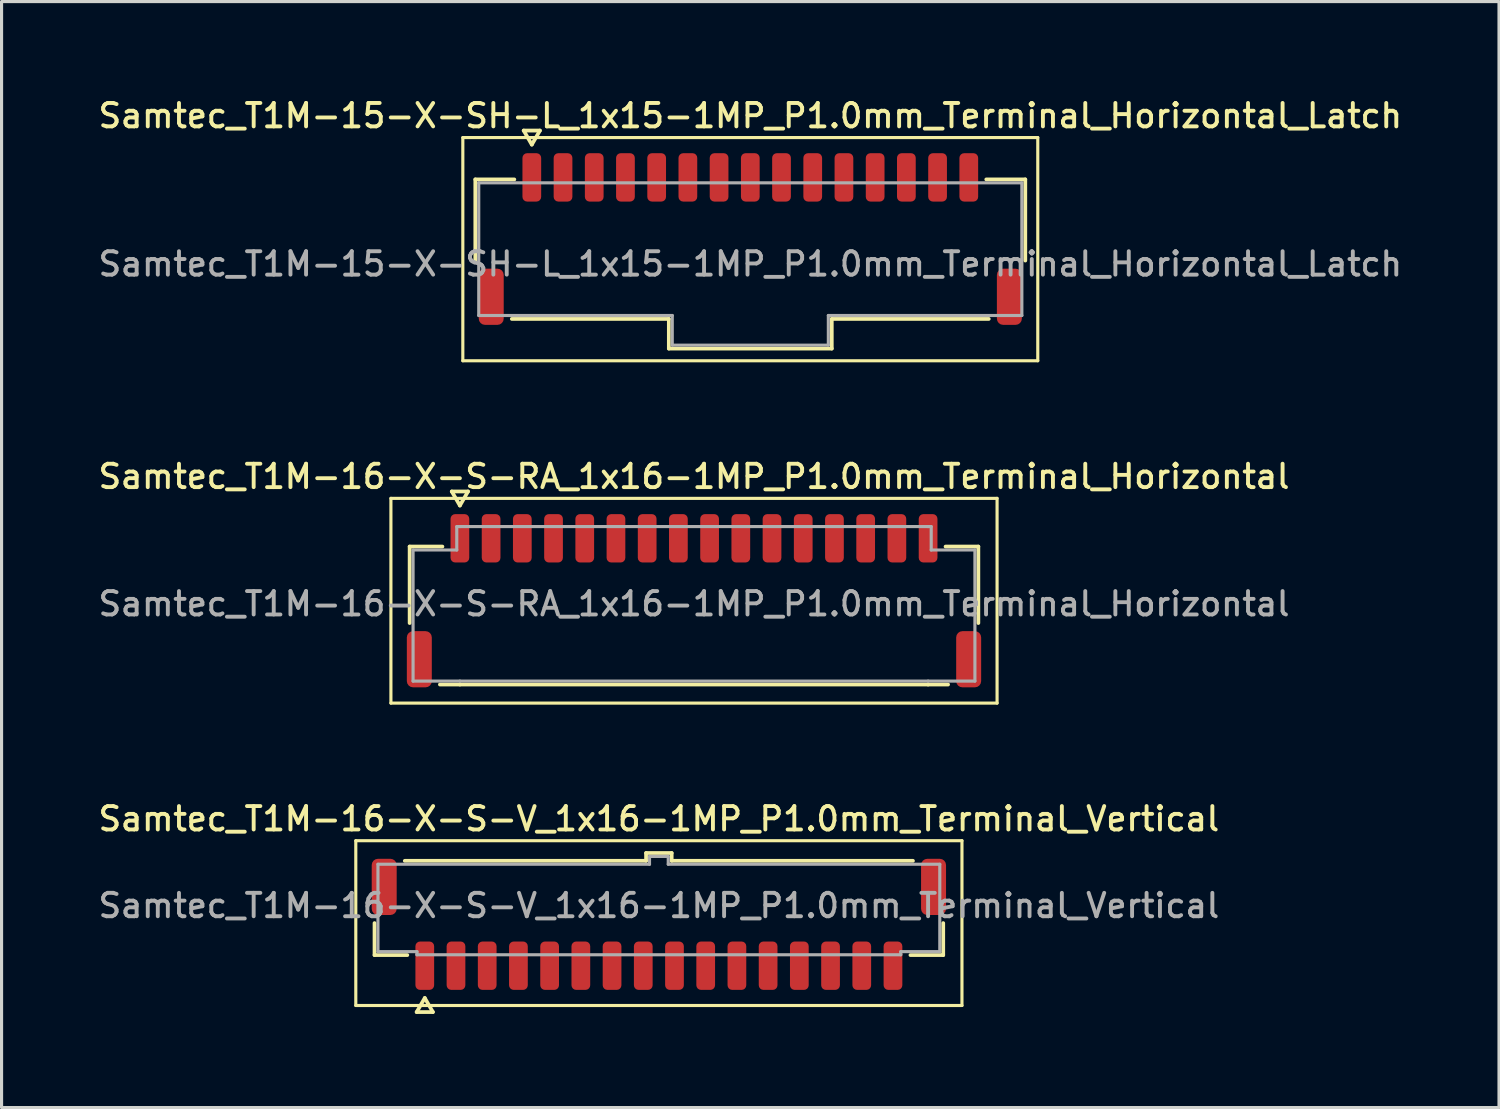
<source format=kicad_pcb>
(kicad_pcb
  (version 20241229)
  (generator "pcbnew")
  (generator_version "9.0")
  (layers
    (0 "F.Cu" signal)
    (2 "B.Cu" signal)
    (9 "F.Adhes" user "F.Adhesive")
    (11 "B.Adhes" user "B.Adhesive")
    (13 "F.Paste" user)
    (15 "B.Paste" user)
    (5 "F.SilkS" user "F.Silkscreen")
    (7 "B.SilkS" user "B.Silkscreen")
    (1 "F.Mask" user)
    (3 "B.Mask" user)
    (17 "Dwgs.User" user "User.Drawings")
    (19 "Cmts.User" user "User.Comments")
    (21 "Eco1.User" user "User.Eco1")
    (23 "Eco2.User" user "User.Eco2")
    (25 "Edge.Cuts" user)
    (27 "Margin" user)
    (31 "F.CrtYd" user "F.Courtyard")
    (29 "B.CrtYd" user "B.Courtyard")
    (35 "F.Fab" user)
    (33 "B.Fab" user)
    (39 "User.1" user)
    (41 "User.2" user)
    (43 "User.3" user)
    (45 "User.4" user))
  (footprint "Samtec_T1M-15-X-SH-L_1x15-1MP_P1.0mm_Terminal_Horizontal_Latch"
    (layer "F.Cu")
    (at 20.988 5.408)
    (property "Reference" "Samtec_T1M-15-X-SH-L_1x15-1MP_P1.0mm_Terminal_Horizontal_Latch" (at 0 -4.75 0) (layer "F.SilkS") (effects (font (size 0.75 0.75) (thickness 0.125))))
    (attr smd)
    (fp_line (start -9.21 -4.05) (end -9.21 3.1) (stroke (width 0.1) (type solid)) (layer "F.SilkS"))
    (fp_line (start -9.21 3.1) (end 9.21 3.1) (stroke (width 0.1) (type solid)) (layer "F.SilkS"))
    (fp_line (start -8.81 -2.71) (end -7.56 -2.71) (stroke (width 0.12) (type solid)) (layer "F.SilkS"))
    (fp_line (start -8.81 -0.11) (end -8.81 -2.71) (stroke (width 0.12) (type solid)) (layer "F.SilkS"))
    (fp_line (start -7.26 -4.275) (end -7 -3.825) (stroke (width 0.12) (type solid)) (layer "F.SilkS"))
    (fp_line (start -7 -3.825) (end -6.74 -4.275) (stroke (width 0.12) (type solid)) (layer "F.SilkS"))
    (fp_line (start -6.74 -4.275) (end -7.26 -4.275) (stroke (width 0.12) (type solid)) (layer "F.SilkS"))
    (fp_line (start -2.61 1.76) (end -7.64 1.76) (stroke (width 0.12) (type solid)) (layer "F.SilkS"))
    (fp_line (start -2.61 2.71) (end -2.61 1.76) (stroke (width 0.12) (type solid)) (layer "F.SilkS"))
    (fp_line (start 2.61 1.76) (end 2.61 2.71) (stroke (width 0.12) (type solid)) (layer "F.SilkS"))
    (fp_line (start 2.61 2.71) (end -2.61 2.71) (stroke (width 0.12) (type solid)) (layer "F.SilkS"))
    (fp_line (start 7.56 -2.71) (end 8.81 -2.71) (stroke (width 0.12) (type solid)) (layer "F.SilkS"))
    (fp_line (start 7.64 1.76) (end 2.61 1.76) (stroke (width 0.12) (type solid)) (layer "F.SilkS"))
    (fp_line (start 8.81 -2.71) (end 8.81 -0.11) (stroke (width 0.12) (type solid)) (layer "F.SilkS"))
    (fp_line (start 9.21 -4.05) (end -9.21 -4.05) (stroke (width 0.1) (type solid)) (layer "F.SilkS"))
    (fp_line (start 9.21 3.1) (end 9.21 -4.05) (stroke (width 0.1) (type solid)) (layer "F.SilkS"))
    (fp_line (start -8.7 -2.6) (end 8.7 -2.6) (stroke (width 0.1) (type solid)) (layer "F.Fab"))
    (fp_line (start -8.7 1.65) (end -8.7 -2.6) (stroke (width 0.1) (type solid)) (layer "F.Fab"))
    (fp_line (start -2.5 1.65) (end -8.7 1.65) (stroke (width 0.1) (type solid)) (layer "F.Fab"))
    (fp_line (start -2.5 2.6) (end -2.5 1.65) (stroke (width 0.1) (type solid)) (layer "F.Fab"))
    (fp_line (start 2.5 1.65) (end 2.5 2.6) (stroke (width 0.1) (type solid)) (layer "F.Fab"))
    (fp_line (start 2.5 2.6) (end -2.5 2.6) (stroke (width 0.1) (type solid)) (layer "F.Fab"))
    (fp_line (start 8.7 -2.6) (end 8.7 1.65) (stroke (width 0.1) (type solid)) (layer "F.Fab"))
    (fp_line (start 8.7 1.65) (end 2.5 1.65) (stroke (width 0.1) (type solid)) (layer "F.Fab"))
    (fp_text user "${REFERENCE}" (at 0 0 0) (layer "F.Fab") (effects (font (size 0.75 0.75) (thickness 0.125))))
    (pad "1" smd roundrect (at -7 -2.775) (size 0.6 1.55) (layers "F.Cu" "F.Mask" "F.Paste") (roundrect_rratio 0.25))
    (pad "2" smd roundrect (at -6 -2.775) (size 0.6 1.55) (layers "F.Cu" "F.Mask" "F.Paste") (roundrect_rratio 0.25))
    (pad "3" smd roundrect (at -5 -2.775) (size 0.6 1.55) (layers "F.Cu" "F.Mask" "F.Paste") (roundrect_rratio 0.25))
    (pad "4" smd roundrect (at -4 -2.775) (size 0.6 1.55) (layers "F.Cu" "F.Mask" "F.Paste") (roundrect_rratio 0.25))
    (pad "5" smd roundrect (at -3 -2.775) (size 0.6 1.55) (layers "F.Cu" "F.Mask" "F.Paste") (roundrect_rratio 0.25))
    (pad "6" smd roundrect (at -2 -2.775) (size 0.6 1.55) (layers "F.Cu" "F.Mask" "F.Paste") (roundrect_rratio 0.25))
    (pad "7" smd roundrect (at -1 -2.775) (size 0.6 1.55) (layers "F.Cu" "F.Mask" "F.Paste") (roundrect_rratio 0.25))
    (pad "8" smd roundrect (at 0 -2.775) (size 0.6 1.55) (layers "F.Cu" "F.Mask" "F.Paste") (roundrect_rratio 0.25))
    (pad "9" smd roundrect (at 1 -2.775) (size 0.6 1.55) (layers "F.Cu" "F.Mask" "F.Paste") (roundrect_rratio 0.25))
    (pad "10" smd roundrect (at 2 -2.775) (size 0.6 1.55) (layers "F.Cu" "F.Mask" "F.Paste") (roundrect_rratio 0.25))
    (pad "11" smd roundrect (at 3 -2.775) (size 0.6 1.55) (layers "F.Cu" "F.Mask" "F.Paste") (roundrect_rratio 0.25))
    (pad "12" smd roundrect (at 4 -2.775) (size 0.6 1.55) (layers "F.Cu" "F.Mask" "F.Paste") (roundrect_rratio 0.25))
    (pad "13" smd roundrect (at 5 -2.775) (size 0.6 1.55) (layers "F.Cu" "F.Mask" "F.Paste") (roundrect_rratio 0.25))
    (pad "14" smd roundrect (at 6 -2.775) (size 0.6 1.55) (layers "F.Cu" "F.Mask" "F.Paste") (roundrect_rratio 0.25))
    (pad "15" smd roundrect (at 7 -2.775) (size 0.6 1.55) (layers "F.Cu" "F.Mask" "F.Paste") (roundrect_rratio 0.25))
    (pad "MP" smd roundrect (at -8.3 1.05) (size 0.8 1.8) (layers "F.Cu" "F.Mask" "F.Paste") (roundrect_rratio 0.25))
    (pad "MP" smd roundrect (at 8.3 1.05) (size 0.8 1.8) (layers "F.Cu" "F.Mask" "F.Paste") (roundrect_rratio 0.25)))
  (footprint "Samtec_T1M-16-X-S-V_1x16-1MP_P1.0mm_Terminal_Vertical"
    (layer "F.Cu")
    (at 18.059 25.964)
    (property "Reference" "Samtec_T1M-16-X-S-V_1x16-1MP_P1.0mm_Terminal_Vertical" (at 0 -2.78 0) (layer "F.SilkS") (effects (font (size 0.75 0.75) (thickness 0.125))))
    (attr smd)
    (fp_line (start -9.71 -2.08) (end -9.71 3.2) (stroke (width 0.1) (type solid)) (layer "F.SilkS"))
    (fp_line (start -9.71 3.2) (end 9.71 3.2) (stroke (width 0.1) (type solid)) (layer "F.SilkS"))
    (fp_line (start -9.11 1.585) (end -9.11 0.56) (stroke (width 0.12) (type solid)) (layer "F.SilkS"))
    (fp_line (start -8.14 -1.435) (end -0.41 -1.435) (stroke (width 0.12) (type solid)) (layer "F.SilkS"))
    (fp_line (start -8.06 1.585) (end -9.11 1.585) (stroke (width 0.12) (type solid)) (layer "F.SilkS"))
    (fp_line (start -7.76 3.41) (end -7.5 2.96) (stroke (width 0.12) (type solid)) (layer "F.SilkS"))
    (fp_line (start -7.5 2.96) (end -7.24 3.41) (stroke (width 0.12) (type solid)) (layer "F.SilkS"))
    (fp_line (start -7.24 3.41) (end -7.76 3.41) (stroke (width 0.12) (type solid)) (layer "F.SilkS"))
    (fp_line (start -0.41 -1.685) (end 0.41 -1.685) (stroke (width 0.12) (type solid)) (layer "F.SilkS"))
    (fp_line (start -0.41 -1.435) (end -0.41 -1.685) (stroke (width 0.12) (type solid)) (layer "F.SilkS"))
    (fp_line (start 0.41 -1.685) (end 0.41 -1.435) (stroke (width 0.12) (type solid)) (layer "F.SilkS"))
    (fp_line (start 0.41 -1.435) (end 8.14 -1.435) (stroke (width 0.12) (type solid)) (layer "F.SilkS"))
    (fp_line (start 9.11 0.56) (end 9.11 1.585) (stroke (width 0.12) (type solid)) (layer "F.SilkS"))
    (fp_line (start 9.11 1.585) (end 8.06 1.585) (stroke (width 0.12) (type solid)) (layer "F.SilkS"))
    (fp_line (start 9.71 -2.08) (end -9.71 -2.08) (stroke (width 0.1) (type solid)) (layer "F.SilkS"))
    (fp_line (start 9.71 3.2) (end 9.71 -2.08) (stroke (width 0.1) (type solid)) (layer "F.SilkS"))
    (fp_line (start -9 -1.325) (end -0.3 -1.325) (stroke (width 0.1) (type solid)) (layer "F.Fab"))
    (fp_line (start -9 1.475) (end -9 -1.325) (stroke (width 0.1) (type solid)) (layer "F.Fab"))
    (fp_line (start -7.75 1.475) (end -9 1.475) (stroke (width 0.1) (type solid)) (layer "F.Fab"))
    (fp_line (start -7.75 1.575) (end -7.75 1.475) (stroke (width 0.1) (type solid)) (layer "F.Fab"))
    (fp_line (start -0.3 -1.575) (end 0.3 -1.575) (stroke (width 0.1) (type solid)) (layer "F.Fab"))
    (fp_line (start -0.3 -1.325) (end -0.3 -1.575) (stroke (width 0.1) (type solid)) (layer "F.Fab"))
    (fp_line (start 0.3 -1.575) (end 0.3 -1.325) (stroke (width 0.1) (type solid)) (layer "F.Fab"))
    (fp_line (start 0.3 -1.325) (end 9 -1.325) (stroke (width 0.1) (type solid)) (layer "F.Fab"))
    (fp_line (start 7.75 1.475) (end 7.75 1.575) (stroke (width 0.1) (type solid)) (layer "F.Fab"))
    (fp_line (start 7.75 1.575) (end -7.75 1.575) (stroke (width 0.1) (type solid)) (layer "F.Fab"))
    (fp_line (start 9 -1.325) (end 9 1.475) (stroke (width 0.1) (type solid)) (layer "F.Fab"))
    (fp_line (start 9 1.475) (end 7.75 1.475) (stroke (width 0.1) (type solid)) (layer "F.Fab"))
    (fp_text user "${REFERENCE}" (at 0 0 0) (layer "F.Fab") (effects (font (size 0.75 0.75) (thickness 0.125))))
    (pad "1" smd roundrect (at -7.5 1.925) (size 0.6 1.55) (layers "F.Cu" "F.Mask" "F.Paste") (roundrect_rratio 0.25))
    (pad "2" smd roundrect (at -6.5 1.925) (size 0.6 1.55) (layers "F.Cu" "F.Mask" "F.Paste") (roundrect_rratio 0.25))
    (pad "3" smd roundrect (at -5.5 1.925) (size 0.6 1.55) (layers "F.Cu" "F.Mask" "F.Paste") (roundrect_rratio 0.25))
    (pad "4" smd roundrect (at -4.5 1.925) (size 0.6 1.55) (layers "F.Cu" "F.Mask" "F.Paste") (roundrect_rratio 0.25))
    (pad "5" smd roundrect (at -3.5 1.925) (size 0.6 1.55) (layers "F.Cu" "F.Mask" "F.Paste") (roundrect_rratio 0.25))
    (pad "6" smd roundrect (at -2.5 1.925) (size 0.6 1.55) (layers "F.Cu" "F.Mask" "F.Paste") (roundrect_rratio 0.25))
    (pad "7" smd roundrect (at -1.5 1.925) (size 0.6 1.55) (layers "F.Cu" "F.Mask" "F.Paste") (roundrect_rratio 0.25))
    (pad "8" smd roundrect (at -0.5 1.925) (size 0.6 1.55) (layers "F.Cu" "F.Mask" "F.Paste") (roundrect_rratio 0.25))
    (pad "9" smd roundrect (at 0.5 1.925) (size 0.6 1.55) (layers "F.Cu" "F.Mask" "F.Paste") (roundrect_rratio 0.25))
    (pad "10" smd roundrect (at 1.5 1.925) (size 0.6 1.55) (layers "F.Cu" "F.Mask" "F.Paste") (roundrect_rratio 0.25))
    (pad "11" smd roundrect (at 2.5 1.925) (size 0.6 1.55) (layers "F.Cu" "F.Mask" "F.Paste") (roundrect_rratio 0.25))
    (pad "12" smd roundrect (at 3.5 1.925) (size 0.6 1.55) (layers "F.Cu" "F.Mask" "F.Paste") (roundrect_rratio 0.25))
    (pad "13" smd roundrect (at 4.5 1.925) (size 0.6 1.55) (layers "F.Cu" "F.Mask" "F.Paste") (roundrect_rratio 0.25))
    (pad "14" smd roundrect (at 5.5 1.925) (size 0.6 1.55) (layers "F.Cu" "F.Mask" "F.Paste") (roundrect_rratio 0.25))
    (pad "15" smd roundrect (at 6.5 1.925) (size 0.6 1.55) (layers "F.Cu" "F.Mask" "F.Paste") (roundrect_rratio 0.25))
    (pad "16" smd roundrect (at 7.5 1.925) (size 0.6 1.55) (layers "F.Cu" "F.Mask" "F.Paste") (roundrect_rratio 0.25))
    (pad "MP" smd roundrect (at -8.8 -0.6) (size 0.8 1.8) (layers "F.Cu" "F.Mask" "F.Paste") (roundrect_rratio 0.25))
    (pad "MP" smd roundrect (at 8.8 -0.6) (size 0.8 1.8) (layers "F.Cu" "F.Mask" "F.Paste") (roundrect_rratio 0.25)))
  (footprint "Samtec_T1M-16-X-S-RA_1x16-1MP_P1.0mm_Terminal_Horizontal"
    (layer "F.Cu")
    (at 19.184 16.296)
    (property "Reference" "Samtec_T1M-16-X-S-RA_1x16-1MP_P1.0mm_Terminal_Horizontal" (at 0 -4.08 0) (layer "F.SilkS") (effects (font (size 0.75 0.75) (thickness 0.125))))
    (attr smd)
    (fp_line (start -9.71 -3.38) (end -9.71 3.18) (stroke (width 0.1) (type solid)) (layer "F.SilkS"))
    (fp_line (start -9.71 3.18) (end 9.71 3.18) (stroke (width 0.1) (type solid)) (layer "F.SilkS"))
    (fp_line (start -9.11 -1.835) (end -8.06 -1.835) (stroke (width 0.12) (type solid)) (layer "F.SilkS"))
    (fp_line (start -9.11 0.615) (end -9.11 -1.835) (stroke (width 0.12) (type solid)) (layer "F.SilkS"))
    (fp_line (start -7.76 -3.6) (end -7.5 -3.15) (stroke (width 0.12) (type solid)) (layer "F.SilkS"))
    (fp_line (start -7.5 -3.15) (end -7.24 -3.6) (stroke (width 0.12) (type solid)) (layer "F.SilkS"))
    (fp_line (start -7.5 2.585) (end -8.14 2.585) (stroke (width 0.12) (type solid)) (layer "F.SilkS"))
    (fp_line (start -7.24 -3.6) (end -7.76 -3.6) (stroke (width 0.12) (type solid)) (layer "F.SilkS"))
    (fp_line (start 7.5 2.585) (end -7.5 2.585) (stroke (width 0.12) (type solid)) (layer "F.SilkS"))
    (fp_line (start 8.06 -1.835) (end 9.11 -1.835) (stroke (width 0.12) (type solid)) (layer "F.SilkS"))
    (fp_line (start 8.14 2.585) (end 7.5 2.585) (stroke (width 0.12) (type solid)) (layer "F.SilkS"))
    (fp_line (start 9.11 -1.835) (end 9.11 0.615) (stroke (width 0.12) (type solid)) (layer "F.SilkS"))
    (fp_line (start 9.71 -3.38) (end -9.71 -3.38) (stroke (width 0.1) (type solid)) (layer "F.SilkS"))
    (fp_line (start 9.71 3.18) (end 9.71 -3.38) (stroke (width 0.1) (type solid)) (layer "F.SilkS"))
    (fp_line (start -9 -1.725) (end -7.6 -1.725) (stroke (width 0.1) (type solid)) (layer "F.Fab"))
    (fp_line (start -9 2.475) (end -9 -1.725) (stroke (width 0.1) (type solid)) (layer "F.Fab"))
    (fp_line (start -7.6 -2.475) (end -7.5 -2.475) (stroke (width 0.1) (type solid)) (layer "F.Fab"))
    (fp_line (start -7.6 -1.725) (end -7.6 -2.475) (stroke (width 0.1) (type solid)) (layer "F.Fab"))
    (fp_line (start -7.5 -2.475) (end 7.5 -2.475) (stroke (width 0.1) (type solid)) (layer "F.Fab"))
    (fp_line (start -7.5 2.475) (end -9 2.475) (stroke (width 0.1) (type solid)) (layer "F.Fab"))
    (fp_line (start 7.5 -2.475) (end 7.6 -2.475) (stroke (width 0.1) (type solid)) (layer "F.Fab"))
    (fp_line (start 7.5 2.475) (end -7.5 2.475) (stroke (width 0.1) (type solid)) (layer "F.Fab"))
    (fp_line (start 7.6 -2.475) (end 7.6 -1.725) (stroke (width 0.1) (type solid)) (layer "F.Fab"))
    (fp_line (start 7.6 -1.725) (end 9 -1.725) (stroke (width 0.1) (type solid)) (layer "F.Fab"))
    (fp_line (start 9 -1.725) (end 9 2.475) (stroke (width 0.1) (type solid)) (layer "F.Fab"))
    (fp_line (start 9 2.475) (end 7.5 2.475) (stroke (width 0.1) (type solid)) (layer "F.Fab"))
    (fp_text user "${REFERENCE}" (at 0 0 0) (layer "F.Fab") (effects (font (size 0.75 0.75) (thickness 0.125))))
    (pad "1" smd roundrect (at -7.5 -2.1) (size 0.6 1.55) (layers "F.Cu" "F.Mask" "F.Paste") (roundrect_rratio 0.25))
    (pad "2" smd roundrect (at -6.5 -2.1) (size 0.6 1.55) (layers "F.Cu" "F.Mask" "F.Paste") (roundrect_rratio 0.25))
    (pad "3" smd roundrect (at -5.5 -2.1) (size 0.6 1.55) (layers "F.Cu" "F.Mask" "F.Paste") (roundrect_rratio 0.25))
    (pad "4" smd roundrect (at -4.5 -2.1) (size 0.6 1.55) (layers "F.Cu" "F.Mask" "F.Paste") (roundrect_rratio 0.25))
    (pad "5" smd roundrect (at -3.5 -2.1) (size 0.6 1.55) (layers "F.Cu" "F.Mask" "F.Paste") (roundrect_rratio 0.25))
    (pad "6" smd roundrect (at -2.5 -2.1) (size 0.6 1.55) (layers "F.Cu" "F.Mask" "F.Paste") (roundrect_rratio 0.25))
    (pad "7" smd roundrect (at -1.5 -2.1) (size 0.6 1.55) (layers "F.Cu" "F.Mask" "F.Paste") (roundrect_rratio 0.25))
    (pad "8" smd roundrect (at -0.5 -2.1) (size 0.6 1.55) (layers "F.Cu" "F.Mask" "F.Paste") (roundrect_rratio 0.25))
    (pad "9" smd roundrect (at 0.5 -2.1) (size 0.6 1.55) (layers "F.Cu" "F.Mask" "F.Paste") (roundrect_rratio 0.25))
    (pad "10" smd roundrect (at 1.5 -2.1) (size 0.6 1.55) (layers "F.Cu" "F.Mask" "F.Paste") (roundrect_rratio 0.25))
    (pad "11" smd roundrect (at 2.5 -2.1) (size 0.6 1.55) (layers "F.Cu" "F.Mask" "F.Paste") (roundrect_rratio 0.25))
    (pad "12" smd roundrect (at 3.5 -2.1) (size 0.6 1.55) (layers "F.Cu" "F.Mask" "F.Paste") (roundrect_rratio 0.25))
    (pad "13" smd roundrect (at 4.5 -2.1) (size 0.6 1.55) (layers "F.Cu" "F.Mask" "F.Paste") (roundrect_rratio 0.25))
    (pad "14" smd roundrect (at 5.5 -2.1) (size 0.6 1.55) (layers "F.Cu" "F.Mask" "F.Paste") (roundrect_rratio 0.25))
    (pad "15" smd roundrect (at 6.5 -2.1) (size 0.6 1.55) (layers "F.Cu" "F.Mask" "F.Paste") (roundrect_rratio 0.25))
    (pad "16" smd roundrect (at 7.5 -2.1) (size 0.6 1.55) (layers "F.Cu" "F.Mask" "F.Paste") (roundrect_rratio 0.25))
    (pad "MP" smd roundrect (at -8.8 1.775) (size 0.8 1.8) (layers "F.Cu" "F.Mask" "F.Paste") (roundrect_rratio 0.25))
    (pad "MP" smd roundrect (at 8.8 1.775) (size 0.8 1.8) (layers "F.Cu" "F.Mask" "F.Paste") (roundrect_rratio 0.25)))
  (gr_rect
    (start -3 -3)
    (end 44.975 32.434)
    (stroke (width 0.1) (type default))
    (fill no)
    (layer "Edge.Cuts")))
</source>
